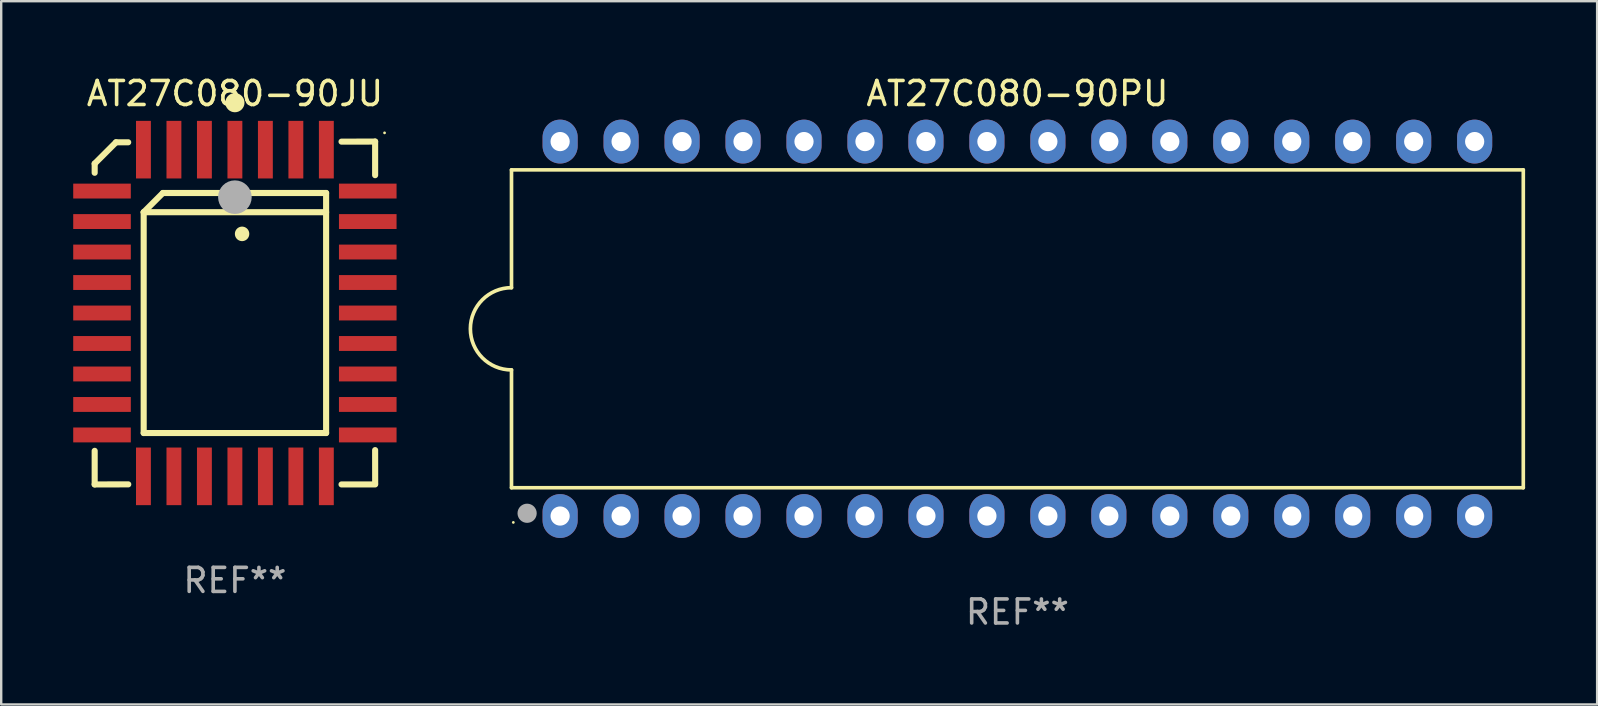
<source format=kicad_pcb>
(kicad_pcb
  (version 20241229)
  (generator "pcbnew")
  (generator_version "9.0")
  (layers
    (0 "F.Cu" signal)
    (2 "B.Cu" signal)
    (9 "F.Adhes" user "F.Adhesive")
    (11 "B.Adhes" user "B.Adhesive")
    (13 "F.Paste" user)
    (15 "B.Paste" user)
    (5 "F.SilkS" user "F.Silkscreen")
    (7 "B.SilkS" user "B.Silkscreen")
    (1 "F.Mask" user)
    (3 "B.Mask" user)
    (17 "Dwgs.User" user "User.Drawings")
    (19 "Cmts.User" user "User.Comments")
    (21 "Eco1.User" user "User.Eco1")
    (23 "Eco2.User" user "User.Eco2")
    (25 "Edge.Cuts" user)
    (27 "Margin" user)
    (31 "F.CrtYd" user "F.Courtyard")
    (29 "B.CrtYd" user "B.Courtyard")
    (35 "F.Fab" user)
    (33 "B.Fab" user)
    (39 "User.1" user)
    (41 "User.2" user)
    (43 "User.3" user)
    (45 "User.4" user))
  (footprint "AT27C080-90PU"
    (layer "F.Cu")
    (at 39.335 10.648)
    (property "Reference" "AT27C080-90PU" (at 0 -9.8 0) (layer "F.SilkS") (effects (font (size 1 1) (thickness 0.15))))
    (attr through_hole)
    (fp_line (start -21.076 -6.621) (end -21.076 -1.712) (stroke (width 0.152) (type solid)) (layer "F.SilkS"))
    (fp_line (start -21.076 1.712) (end -21.076 6.621) (stroke (width 0.152) (type solid)) (layer "F.SilkS"))
    (fp_line (start -21.076 6.621) (end 21.076 6.621) (stroke (width 0.152) (type solid)) (layer "F.SilkS"))
    (fp_line (start 21.076 -6.621) (end -21.076 -6.621) (stroke (width 0.152) (type solid)) (layer "F.SilkS"))
    (fp_line (start 21.076 6.621) (end 21.076 -6.621) (stroke (width 0.152) (type solid)) (layer "F.SilkS"))
    (fp_arc (start -21.0762 1.712499) (mid -22.788699 0) (end -21.0762 -1.712499) (stroke (width 0.1524) (type solid)) (layer "F.SilkS"))
    (fp_circle (center -21 8.066) (end -20.97 8.066) (stroke (width 0.06) (type solid)) (fill no) (layer "F.SilkS"))
    (fp_circle (center -20.425 7.68) (end -20.145 7.68) (stroke (width 0.15) (type solid)) (fill no) (layer "F.SilkS"))
    (fp_circle (center -20.425 7.685) (end -20.225 7.685) (stroke (width 0.4) (type solid)) (fill no) (layer "F.Fab"))
    (fp_text user "REF**" (at 0 11.8 0) (layer "F.Fab") (effects (font (size 1 1) (thickness 0.15))))
    (pad "1" thru_hole oval (at -19.05 7.8) (size 1.462 1.828) (drill 0.8) (layers "*.Cu" "*.Mask"))
    (pad "2" thru_hole oval (at -16.51 7.8) (size 1.462 1.828) (drill 0.8) (layers "*.Cu" "*.Mask"))
    (pad "3" thru_hole oval (at -13.97 7.8) (size 1.462 1.828) (drill 0.8) (layers "*.Cu" "*.Mask"))
    (pad "4" thru_hole oval (at -11.43 7.8) (size 1.462 1.828) (drill 0.8) (layers "*.Cu" "*.Mask"))
    (pad "5" thru_hole oval (at -8.89 7.8) (size 1.462 1.828) (drill 0.8) (layers "*.Cu" "*.Mask"))
    (pad "6" thru_hole oval (at -6.35 7.8) (size 1.462 1.828) (drill 0.8) (layers "*.Cu" "*.Mask"))
    (pad "7" thru_hole oval (at -3.81 7.8) (size 1.462 1.828) (drill 0.8) (layers "*.Cu" "*.Mask"))
    (pad "8" thru_hole oval (at -1.27 7.8) (size 1.462 1.828) (drill 0.8) (layers "*.Cu" "*.Mask"))
    (pad "9" thru_hole oval (at 1.27 7.8) (size 1.462 1.828) (drill 0.8) (layers "*.Cu" "*.Mask"))
    (pad "10" thru_hole oval (at 3.81 7.8) (size 1.462 1.828) (drill 0.8) (layers "*.Cu" "*.Mask"))
    (pad "11" thru_hole oval (at 6.35 7.8) (size 1.462 1.828) (drill 0.8) (layers "*.Cu" "*.Mask"))
    (pad "12" thru_hole oval (at 8.89 7.8) (size 1.462 1.828) (drill 0.8) (layers "*.Cu" "*.Mask"))
    (pad "13" thru_hole oval (at 11.43 7.8) (size 1.462 1.828) (drill 0.8) (layers "*.Cu" "*.Mask"))
    (pad "14" thru_hole oval (at 13.97 7.8) (size 1.462 1.828) (drill 0.8) (layers "*.Cu" "*.Mask"))
    (pad "15" thru_hole oval (at 16.51 7.8) (size 1.462 1.828) (drill 0.8) (layers "*.Cu" "*.Mask"))
    (pad "16" thru_hole oval (at 19.05 7.8) (size 1.462 1.828) (drill 0.8) (layers "*.Cu" "*.Mask"))
    (pad "17" thru_hole oval (at 19.05 -7.8) (size 1.462 1.828) (drill 0.8) (layers "*.Cu" "*.Mask"))
    (pad "18" thru_hole oval (at 16.51 -7.8) (size 1.462 1.828) (drill 0.8) (layers "*.Cu" "*.Mask"))
    (pad "19" thru_hole oval (at 13.97 -7.8) (size 1.462 1.828) (drill 0.8) (layers "*.Cu" "*.Mask"))
    (pad "20" thru_hole oval (at 11.43 -7.8) (size 1.462 1.828) (drill 0.8) (layers "*.Cu" "*.Mask"))
    (pad "21" thru_hole oval (at 8.89 -7.8) (size 1.462 1.828) (drill 0.8) (layers "*.Cu" "*.Mask"))
    (pad "22" thru_hole oval (at 6.35 -7.8) (size 1.462 1.828) (drill 0.8) (layers "*.Cu" "*.Mask"))
    (pad "23" thru_hole oval (at 3.81 -7.8) (size 1.462 1.828) (drill 0.8) (layers "*.Cu" "*.Mask"))
    (pad "24" thru_hole oval (at 1.27 -7.8) (size 1.462 1.828) (drill 0.8) (layers "*.Cu" "*.Mask"))
    (pad "25" thru_hole oval (at -1.27 -7.8) (size 1.462 1.828) (drill 0.8) (layers "*.Cu" "*.Mask"))
    (pad "26" thru_hole oval (at -3.81 -7.8) (size 1.462 1.828) (drill 0.8) (layers "*.Cu" "*.Mask"))
    (pad "27" thru_hole oval (at -6.35 -7.8) (size 1.462 1.828) (drill 0.8) (layers "*.Cu" "*.Mask"))
    (pad "28" thru_hole oval (at -8.89 -7.8) (size 1.462 1.828) (drill 0.8) (layers "*.Cu" "*.Mask"))
    (pad "29" thru_hole oval (at -11.43 -7.8) (size 1.462 1.828) (drill 0.8) (layers "*.Cu" "*.Mask"))
    (pad "30" thru_hole oval (at -13.97 -7.8) (size 1.462 1.828) (drill 0.8) (layers "*.Cu" "*.Mask"))
    (pad "31" thru_hole oval (at -16.51 -7.8) (size 1.462 1.828) (drill 0.8) (layers "*.Cu" "*.Mask"))
    (pad "32" thru_hole oval (at -19.05 -7.8) (size 1.462 1.828) (drill 0.8) (layers "*.Cu" "*.Mask")))
  (footprint "AT27C080-90JU"
    (layer "F.Cu")
    (at 6.737 9.99)
    (property "Reference" "AT27C080-90JU" (at 0 -9.142 0) (layer "F.SilkS") (effects (font (size 1 1) (thickness 0.15))))
    (attr through_hole)
    (fp_line (start -5.843 5.742) (end -5.843 7.142) (stroke (width 0.254) (type solid)) (layer "F.SilkS"))
    (fp_line (start -5.843 7.142) (end -4.443 7.139) (stroke (width 0.254) (type solid)) (layer "F.SilkS"))
    (fp_line (start -5.843 -6.223) (end -4.954 -7.112) (stroke (width 0.254) (type solid)) (layer "F.SilkS"))
    (fp_line (start -5.843 -5.842) (end -5.843 -6.223) (stroke (width 0.254) (type solid)) (layer "F.SilkS"))
    (fp_line (start -4.954 -7.112) (end -4.446 -7.112) (stroke (width 0.254) (type solid)) (layer "F.SilkS"))
    (fp_line (start -3.801 -4.2) (end -3.001 -5) (stroke (width 0.254) (type solid)) (layer "F.SilkS"))
    (fp_line (start -3.801 -4.2) (end 3.799 -4.2) (stroke (width 0.254) (type solid)) (layer "F.SilkS"))
    (fp_line (start -3.801 5) (end -3.801 -4.2) (stroke (width 0.254) (type solid)) (layer "F.SilkS"))
    (fp_line (start -3.001 -5) (end 3.799 -5) (stroke (width 0.254) (type solid)) (layer "F.SilkS"))
    (fp_line (start 3.799 -5) (end 3.799 5) (stroke (width 0.254) (type solid)) (layer "F.SilkS"))
    (fp_line (start 3.799 5) (end -3.801 5) (stroke (width 0.254) (type solid)) (layer "F.SilkS"))
    (fp_line (start 4.441 7.142) (end 5.841 7.142) (stroke (width 0.254) (type solid)) (layer "F.SilkS"))
    (fp_line (start 5.841 -7.142) (end 4.441 -7.139) (stroke (width 0.254) (type solid)) (layer "F.SilkS"))
    (fp_line (start 5.841 -5.742) (end 5.841 -7.142) (stroke (width 0.254) (type solid)) (layer "F.SilkS"))
    (fp_line (start 5.843 7.112) (end 5.841 5.712) (stroke (width 0.254) (type solid)) (layer "F.SilkS"))
    (fp_arc (start 0.298285 -3.294387) (mid 0.298274 -3.296927) (end 0.298285 -3.299467) (stroke (width 0.6) (type solid)) (layer "F.SilkS"))
    (fp_circle (center -0.001 -8.763) (end 0.199 -8.763) (stroke (width 0.4) (type solid)) (fill no) (layer "F.SilkS"))
    (fp_circle (center 6.234 -7.505) (end 6.264 -7.505) (stroke (width 0.06) (type solid)) (fill no) (layer "F.SilkS"))
    (fp_circle (center -0.001 -4.826) (end 0.349 -4.826) (stroke (width 0.7) (type solid)) (fill no) (layer "F.Fab"))
    (fp_text user "REF**" (at 0 11.142 0) (layer "F.Fab") (effects (font (size 1 1) (thickness 0.15))))
    (pad "1" smd rect (at -0.001 -6.805 180) (size 0.62 2.4) (layers "F.Cu" "F.Mask" "F.Paste"))
    (pad "2" smd rect (at -1.271 -6.805 180) (size 0.62 2.4) (layers "F.Cu" "F.Mask" "F.Paste"))
    (pad "3" smd rect (at -2.541 -6.805 180) (size 0.62 2.4) (layers "F.Cu" "F.Mask" "F.Paste"))
    (pad "4" smd rect (at -3.811 -6.805 180) (size 0.62 2.4) (layers "F.Cu" "F.Mask" "F.Paste"))
    (pad "5" smd rect (at -5.537 -5.08 270) (size 0.62 2.4) (layers "F.Cu" "F.Mask" "F.Paste"))
    (pad "6" smd rect (at -5.537 -3.81 270) (size 0.62 2.4) (layers "F.Cu" "F.Mask" "F.Paste"))
    (pad "7" smd rect (at -5.537 -2.54 270) (size 0.62 2.4) (layers "F.Cu" "F.Mask" "F.Paste"))
    (pad "8" smd rect (at -5.537 -1.27 270) (size 0.62 2.4) (layers "F.Cu" "F.Mask" "F.Paste"))
    (pad "9" smd rect (at -5.537 0.000127 270) (size 0.62 2.4) (layers "F.Cu" "F.Mask" "F.Paste"))
    (pad "10" smd rect (at -5.537 1.27 270) (size 0.62 2.4) (layers "F.Cu" "F.Mask" "F.Paste"))
    (pad "11" smd rect (at -5.537 2.54 270) (size 0.62 2.4) (layers "F.Cu" "F.Mask" "F.Paste"))
    (pad "12" smd rect (at -5.537 3.81 270) (size 0.62 2.4) (layers "F.Cu" "F.Mask" "F.Paste"))
    (pad "13" smd rect (at -5.537 5.08 270) (size 0.62 2.4) (layers "F.Cu" "F.Mask" "F.Paste"))
    (pad "14" smd rect (at -3.811 6.805) (size 0.62 2.4) (layers "F.Cu" "F.Mask" "F.Paste"))
    (pad "15" smd rect (at -2.541 6.805) (size 0.62 2.4) (layers "F.Cu" "F.Mask" "F.Paste"))
    (pad "16" smd rect (at -1.271 6.805) (size 0.62 2.4) (layers "F.Cu" "F.Mask" "F.Paste"))
    (pad "17" smd rect (at -0.001 6.805) (size 0.62 2.4) (layers "F.Cu" "F.Mask" "F.Paste"))
    (pad "18" smd rect (at 1.269 6.805) (size 0.62 2.4) (layers "F.Cu" "F.Mask" "F.Paste"))
    (pad "19" smd rect (at 2.539 6.805) (size 0.62 2.4) (layers "F.Cu" "F.Mask" "F.Paste"))
    (pad "20" smd rect (at 3.809 6.805) (size 0.62 2.4) (layers "F.Cu" "F.Mask" "F.Paste"))
    (pad "21" smd rect (at 5.534 5.08 90) (size 0.62 2.4) (layers "F.Cu" "F.Mask" "F.Paste"))
    (pad "22" smd rect (at 5.534 3.81 90) (size 0.62 2.4) (layers "F.Cu" "F.Mask" "F.Paste"))
    (pad "23" smd rect (at 5.534 2.54 90) (size 0.62 2.4) (layers "F.Cu" "F.Mask" "F.Paste"))
    (pad "24" smd rect (at 5.534 1.27 90) (size 0.62 2.4) (layers "F.Cu" "F.Mask" "F.Paste"))
    (pad "25" smd rect (at 5.534 0.000127 90) (size 0.62 2.4) (layers "F.Cu" "F.Mask" "F.Paste"))
    (pad "26" smd rect (at 5.534 -1.27 90) (size 0.62 2.4) (layers "F.Cu" "F.Mask" "F.Paste"))
    (pad "27" smd rect (at 5.534 -2.54 90) (size 0.62 2.4) (layers "F.Cu" "F.Mask" "F.Paste"))
    (pad "28" smd rect (at 5.534 -3.81 90) (size 0.62 2.4) (layers "F.Cu" "F.Mask" "F.Paste"))
    (pad "29" smd rect (at 5.534 -5.08 90) (size 0.62 2.4) (layers "F.Cu" "F.Mask" "F.Paste"))
    (pad "30" smd rect (at 3.809 -6.805) (size 0.62 2.4) (layers "F.Cu" "F.Mask" "F.Paste"))
    (pad "31" smd rect (at 2.539 -6.805) (size 0.62 2.4) (layers "F.Cu" "F.Mask" "F.Paste"))
    (pad "32" smd rect (at 1.269 -6.805) (size 0.62 2.4) (layers "F.Cu" "F.Mask" "F.Paste")))
  (gr_rect
    (start -3 -3)
    (end 63.487 26.297)
    (stroke (width 0.1) (type default))
    (fill no)
    (layer "Edge.Cuts")))
</source>
